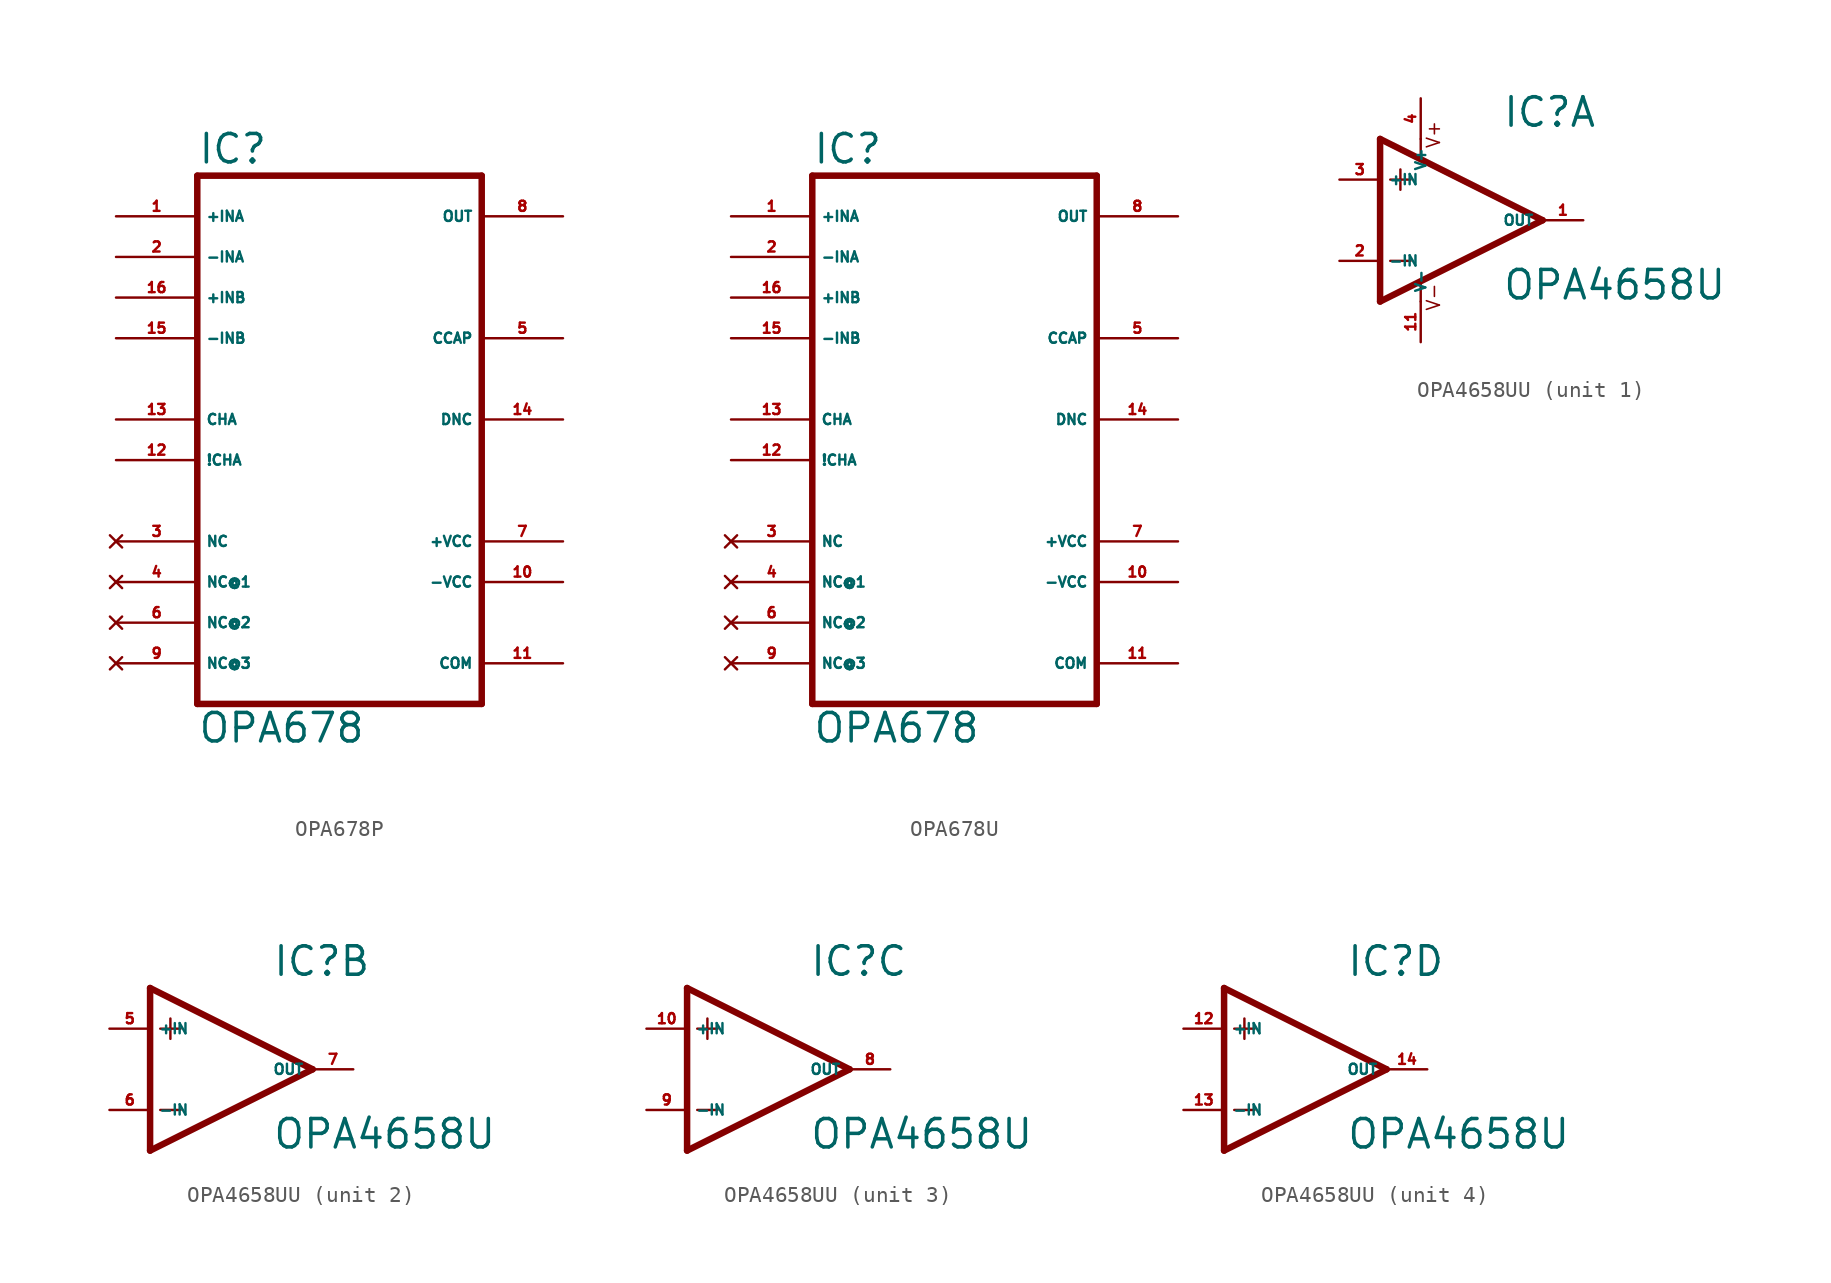
<source format=kicad_sym>
(kicad_symbol_lib
  (version 20220914)
  (generator Eagle2Kicad)
  (symbol "OPA678P"
    (property "Reference" "IC"
      (at -15.24 20.955 0)
      (effects (font (size 1.778 1.778) (thickness 0.22)) (justify left bottom)))
    (property "Value" "OPA678"
      (at -15.24 -15.24 0)
      (effects (font (size 1.778 1.778) (thickness 0.22)) (justify left bottom)))
    (polyline
      (pts (xy -15.24 -12.7) (xy 2.54 -12.7))
      (stroke (width 0.406) (type default))
      (fill (type none)))
    (polyline
      (pts (xy 2.54 -12.7) (xy 2.54 20.32))
      (stroke (width 0.406) (type default))
      (fill (type none)))
    (polyline
      (pts (xy 2.54 20.32) (xy -15.24 20.32))
      (stroke (width 0.406) (type default))
      (fill (type none)))
    (polyline
      (pts (xy -15.24 20.32) (xy -15.24 -12.7))
      (stroke (width 0.406) (type default))
      (fill (type none)))
    (pin input line
      (at -20.32 17.78 0)
      (length 5.08)
      (name "+INA" (effects (font (size 0.635 0.635) (thickness 0.08)) (justify left bottom)))
      (number "1" (effects (font (size 0.635 0.635) (thickness 0.08)) (justify left bottom))))
    (pin input line
      (at -20.32 15.24 0)
      (length 5.08)
      (name "-INA" (effects (font (size 0.635 0.635) (thickness 0.08)) (justify left bottom)))
      (number "2" (effects (font (size 0.635 0.635) (thickness 0.08)) (justify left bottom))))
    (pin input line
      (at -20.32 12.7 0)
      (length 5.08)
      (name "+INB" (effects (font (size 0.635 0.635) (thickness 0.08)) (justify left bottom)))
      (number "16" (effects (font (size 0.635 0.635) (thickness 0.08)) (justify left bottom))))
    (pin input line
      (at -20.32 10.16 0)
      (length 5.08)
      (name "-INB" (effects (font (size 0.635 0.635) (thickness 0.08)) (justify left bottom)))
      (number "15" (effects (font (size 0.635 0.635) (thickness 0.08)) (justify left bottom))))
    (pin no_connect line
      (at -20.32 -2.54 0)
      (length 5.08)
      (name "NC" (effects (font (size 0.635 0.635) (thickness 0.08)) (justify left bottom) hide))
      (number "3" (effects (font (size 0.635 0.635) (thickness 0.08)) (justify left bottom) hide)))
    (pin no_connect line
      (at -20.32 -5.08 0)
      (length 5.08)
      (name "NC@1" (effects (font (size 0.635 0.635) (thickness 0.08)) (justify left bottom) hide))
      (number "4" (effects (font (size 0.635 0.635) (thickness 0.08)) (justify left bottom) hide)))
    (pin no_connect line
      (at -20.32 -7.62 0)
      (length 5.08)
      (name "NC@2" (effects (font (size 0.635 0.635) (thickness 0.08)) (justify left bottom) hide))
      (number "6" (effects (font (size 0.635 0.635) (thickness 0.08)) (justify left bottom) hide)))
    (pin no_connect line
      (at -20.32 -10.16 0)
      (length 5.08)
      (name "NC@3" (effects (font (size 0.635 0.635) (thickness 0.08)) (justify left bottom) hide))
      (number "9" (effects (font (size 0.635 0.635) (thickness 0.08)) (justify left bottom) hide)))
    (pin input line
      (at -20.32 5.08 0)
      (length 5.08)
      (name "CHA" (effects (font (size 0.635 0.635) (thickness 0.08)) (justify left bottom)))
      (number "13" (effects (font (size 0.635 0.635) (thickness 0.08)) (justify left bottom))))
    (pin input line
      (at -20.32 2.54 0)
      (length 5.08)
      (name "!CHA" (effects (font (size 0.635 0.635) (thickness 0.08)) (justify left bottom)))
      (number "12" (effects (font (size 0.635 0.635) (thickness 0.08)) (justify left bottom))))
    (pin output line
      (at 7.62 17.78 180)
      (length 5.08)
      (name "OUT" (effects (font (size 0.635 0.635) (thickness 0.08)) (justify left bottom)))
      (number "8" (effects (font (size 0.635 0.635) (thickness 0.08)) (justify left bottom))))
    (pin unspecified line
      (at 7.62 -2.54 180)
      (length 5.08)
      (name "+VCC" (effects (font (size 0.635 0.635) (thickness 0.08)) (justify left bottom)))
      (number "7" (effects (font (size 0.635 0.635) (thickness 0.08)) (justify left bottom))))
    (pin unspecified line
      (at 7.62 -5.08 180)
      (length 5.08)
      (name "-VCC" (effects (font (size 0.635 0.635) (thickness 0.08)) (justify left bottom)))
      (number "10" (effects (font (size 0.635 0.635) (thickness 0.08)) (justify left bottom))))
    (pin passive line
      (at 7.62 10.16 180)
      (length 5.08)
      (name "CCAP" (effects (font (size 0.635 0.635) (thickness 0.08)) (justify left bottom)))
      (number "5" (effects (font (size 0.635 0.635) (thickness 0.08)) (justify left bottom))))
    (pin unspecified line
      (at 7.62 -10.16 180)
      (length 5.08)
      (name "COM" (effects (font (size 0.635 0.635) (thickness 0.08)) (justify left bottom)))
      (number "11" (effects (font (size 0.635 0.635) (thickness 0.08)) (justify left bottom))))
    (pin passive line
      (at 7.62 5.08 180)
      (length 5.08)
      (name "DNC" (effects (font (size 0.635 0.635) (thickness 0.08)) (justify left bottom)))
      (number "14" (effects (font (size 0.635 0.635) (thickness 0.08)) (justify left bottom)))))
  (symbol "OPA678U"
    (property "Reference" "IC"
      (at -15.24 20.955 0)
      (effects (font (size 1.778 1.778) (thickness 0.22)) (justify left bottom)))
    (property "Value" "OPA678"
      (at -15.24 -15.24 0)
      (effects (font (size 1.778 1.778) (thickness 0.22)) (justify left bottom)))
    (polyline
      (pts (xy -15.24 -12.7) (xy 2.54 -12.7))
      (stroke (width 0.406) (type default))
      (fill (type none)))
    (polyline
      (pts (xy 2.54 -12.7) (xy 2.54 20.32))
      (stroke (width 0.406) (type default))
      (fill (type none)))
    (polyline
      (pts (xy 2.54 20.32) (xy -15.24 20.32))
      (stroke (width 0.406) (type default))
      (fill (type none)))
    (polyline
      (pts (xy -15.24 20.32) (xy -15.24 -12.7))
      (stroke (width 0.406) (type default))
      (fill (type none)))
    (pin input line
      (at -20.32 17.78 0)
      (length 5.08)
      (name "+INA" (effects (font (size 0.635 0.635) (thickness 0.08)) (justify left bottom)))
      (number "1" (effects (font (size 0.635 0.635) (thickness 0.08)) (justify left bottom))))
    (pin input line
      (at -20.32 15.24 0)
      (length 5.08)
      (name "-INA" (effects (font (size 0.635 0.635) (thickness 0.08)) (justify left bottom)))
      (number "2" (effects (font (size 0.635 0.635) (thickness 0.08)) (justify left bottom))))
    (pin input line
      (at -20.32 12.7 0)
      (length 5.08)
      (name "+INB" (effects (font (size 0.635 0.635) (thickness 0.08)) (justify left bottom)))
      (number "16" (effects (font (size 0.635 0.635) (thickness 0.08)) (justify left bottom))))
    (pin input line
      (at -20.32 10.16 0)
      (length 5.08)
      (name "-INB" (effects (font (size 0.635 0.635) (thickness 0.08)) (justify left bottom)))
      (number "15" (effects (font (size 0.635 0.635) (thickness 0.08)) (justify left bottom))))
    (pin no_connect line
      (at -20.32 -2.54 0)
      (length 5.08)
      (name "NC" (effects (font (size 0.635 0.635) (thickness 0.08)) (justify left bottom) hide))
      (number "3" (effects (font (size 0.635 0.635) (thickness 0.08)) (justify left bottom) hide)))
    (pin no_connect line
      (at -20.32 -5.08 0)
      (length 5.08)
      (name "NC@1" (effects (font (size 0.635 0.635) (thickness 0.08)) (justify left bottom) hide))
      (number "4" (effects (font (size 0.635 0.635) (thickness 0.08)) (justify left bottom) hide)))
    (pin no_connect line
      (at -20.32 -7.62 0)
      (length 5.08)
      (name "NC@2" (effects (font (size 0.635 0.635) (thickness 0.08)) (justify left bottom) hide))
      (number "6" (effects (font (size 0.635 0.635) (thickness 0.08)) (justify left bottom) hide)))
    (pin no_connect line
      (at -20.32 -10.16 0)
      (length 5.08)
      (name "NC@3" (effects (font (size 0.635 0.635) (thickness 0.08)) (justify left bottom) hide))
      (number "9" (effects (font (size 0.635 0.635) (thickness 0.08)) (justify left bottom) hide)))
    (pin input line
      (at -20.32 5.08 0)
      (length 5.08)
      (name "CHA" (effects (font (size 0.635 0.635) (thickness 0.08)) (justify left bottom)))
      (number "13" (effects (font (size 0.635 0.635) (thickness 0.08)) (justify left bottom))))
    (pin input line
      (at -20.32 2.54 0)
      (length 5.08)
      (name "!CHA" (effects (font (size 0.635 0.635) (thickness 0.08)) (justify left bottom)))
      (number "12" (effects (font (size 0.635 0.635) (thickness 0.08)) (justify left bottom))))
    (pin output line
      (at 7.62 17.78 180)
      (length 5.08)
      (name "OUT" (effects (font (size 0.635 0.635) (thickness 0.08)) (justify left bottom)))
      (number "8" (effects (font (size 0.635 0.635) (thickness 0.08)) (justify left bottom))))
    (pin unspecified line
      (at 7.62 -2.54 180)
      (length 5.08)
      (name "+VCC" (effects (font (size 0.635 0.635) (thickness 0.08)) (justify left bottom)))
      (number "7" (effects (font (size 0.635 0.635) (thickness 0.08)) (justify left bottom))))
    (pin unspecified line
      (at 7.62 -5.08 180)
      (length 5.08)
      (name "-VCC" (effects (font (size 0.635 0.635) (thickness 0.08)) (justify left bottom)))
      (number "10" (effects (font (size 0.635 0.635) (thickness 0.08)) (justify left bottom))))
    (pin passive line
      (at 7.62 10.16 180)
      (length 5.08)
      (name "CCAP" (effects (font (size 0.635 0.635) (thickness 0.08)) (justify left bottom)))
      (number "5" (effects (font (size 0.635 0.635) (thickness 0.08)) (justify left bottom))))
    (pin unspecified line
      (at 7.62 -10.16 180)
      (length 5.08)
      (name "COM" (effects (font (size 0.635 0.635) (thickness 0.08)) (justify left bottom)))
      (number "11" (effects (font (size 0.635 0.635) (thickness 0.08)) (justify left bottom))))
    (pin passive line
      (at 7.62 5.08 180)
      (length 5.08)
      (name "DNC" (effects (font (size 0.635 0.635) (thickness 0.08)) (justify left bottom)))
      (number "14" (effects (font (size 0.635 0.635) (thickness 0.08)) (justify left bottom)))))
  (symbol "OPA4658UU"
    (property "Reference" "IC"
      (at 2.54 5.715 0)
      (effects (font (size 1.778 1.778) (thickness 0.22)) (justify left bottom)))
    (property "Value" "OPA4658U"
      (at 2.54 -5.08 0)
      (effects (font (size 1.778 1.778) (thickness 0.22)) (justify left bottom)))
    (symbol "OPA4658UU_1_0"
      (polyline (pts (xy -3.81 3.175) (xy -3.81 1.905)) (stroke (width 0.152) (type default)) (fill (type none)))
      (polyline (pts (xy -4.445 2.54) (xy -3.175 2.54)) (stroke (width 0.152) (type default)) (fill (type none)))
      (polyline (pts (xy -4.445 -2.54) (xy -3.175 -2.54)) (stroke (width 0.152) (type default)) (fill (type none)))
      (polyline (pts (xy -2.54 5.08) (xy -2.54 3.886)) (stroke (width 0.152) (type default)) (fill (type none)))
      (polyline (pts (xy -2.54 -3.912) (xy -2.54 -5.08)) (stroke (width 0.152) (type default)) (fill (type none)))
      (polyline (pts (xy 5.08 0) (xy -5.08 5.08)) (stroke (width 0.406) (type default)) (fill (type none)))
      (polyline (pts (xy -5.08 5.08) (xy -5.08 -5.08)) (stroke (width 0.406) (type default)) (fill (type none)))
      (polyline (pts (xy -5.08 -5.08) (xy 5.08 0)) (stroke (width 0.406) (type default)) (fill (type none)))
      (text "V+" (at -1.27 4.445 900) (effects (font (size 0.813 0.813) (thickness 0.10)) (justify left bottom)))
      (text "V-" (at -1.27 -5.715 900) (effects (font (size 0.813 0.813) (thickness 0.10)) (justify left bottom)))
      (pin input line (at -7.62 -2.54 0) (length 2.54) (name "-IN" (effects (font (size 0.635 0.635) (thickness 0.08)) (justify left bottom))) (number "2" (effects (font (size 0.635 0.635) (thickness 0.08)) (justify left bottom))))
      (pin input line (at -7.62 2.54 0) (length 2.54) (name "+IN" (effects (font (size 0.635 0.635) (thickness 0.08)) (justify left bottom))) (number "3" (effects (font (size 0.635 0.635) (thickness 0.08)) (justify left bottom))))
      (pin output line (at 7.62 0 180) (length 2.54) (name "OUT" (effects (font (size 0.635 0.635) (thickness 0.08)) (justify left bottom))) (number "1" (effects (font (size 0.635 0.635) (thickness 0.08)) (justify left bottom))))
      (pin unspecified line (at -2.54 7.62 270) (length 2.54) (name "V+" (effects (font (size 0.635 0.635) (thickness 0.08)) (justify left bottom))) (number "4" (effects (font (size 0.635 0.635) (thickness 0.08)) (justify left bottom))))
      (pin unspecified line (at -2.54 -7.62 90) (length 2.54) (name "V-" (effects (font (size 0.635 0.635) (thickness 0.08)) (justify left bottom))) (number "11" (effects (font (size 0.635 0.635) (thickness 0.08)) (justify left bottom)))))
    (symbol "OPA4658UU_2_0"
      (polyline (pts (xy -3.81 3.175) (xy -3.81 1.905)) (stroke (width 0.152) (type default)) (fill (type none)))
      (polyline (pts (xy -4.445 2.54) (xy -3.175 2.54)) (stroke (width 0.152) (type default)) (fill (type none)))
      (polyline (pts (xy -4.445 -2.54) (xy -3.175 -2.54)) (stroke (width 0.152) (type default)) (fill (type none)))
      (polyline (pts (xy 5.08 0) (xy -5.08 5.08)) (stroke (width 0.406) (type default)) (fill (type none)))
      (polyline (pts (xy -5.08 5.08) (xy -5.08 -5.08)) (stroke (width 0.406) (type default)) (fill (type none)))
      (polyline (pts (xy -5.08 -5.08) (xy 5.08 0)) (stroke (width 0.406) (type default)) (fill (type none)))
      (pin input line (at -7.62 -2.54 0) (length 2.54) (name "-IN" (effects (font (size 0.635 0.635) (thickness 0.08)) (justify left bottom))) (number "6" (effects (font (size 0.635 0.635) (thickness 0.08)) (justify left bottom))))
      (pin input line (at -7.62 2.54 0) (length 2.54) (name "+IN" (effects (font (size 0.635 0.635) (thickness 0.08)) (justify left bottom))) (number "5" (effects (font (size 0.635 0.635) (thickness 0.08)) (justify left bottom))))
      (pin output line (at 7.62 0 180) (length 2.54) (name "OUT" (effects (font (size 0.635 0.635) (thickness 0.08)) (justify left bottom))) (number "7" (effects (font (size 0.635 0.635) (thickness 0.08)) (justify left bottom)))))
    (symbol "OPA4658UU_3_0"
      (polyline (pts (xy -3.81 3.175) (xy -3.81 1.905)) (stroke (width 0.152) (type default)) (fill (type none)))
      (polyline (pts (xy -4.445 2.54) (xy -3.175 2.54)) (stroke (width 0.152) (type default)) (fill (type none)))
      (polyline (pts (xy -4.445 -2.54) (xy -3.175 -2.54)) (stroke (width 0.152) (type default)) (fill (type none)))
      (polyline (pts (xy 5.08 0) (xy -5.08 5.08)) (stroke (width 0.406) (type default)) (fill (type none)))
      (polyline (pts (xy -5.08 5.08) (xy -5.08 -5.08)) (stroke (width 0.406) (type default)) (fill (type none)))
      (polyline (pts (xy -5.08 -5.08) (xy 5.08 0)) (stroke (width 0.406) (type default)) (fill (type none)))
      (pin input line (at -7.62 -2.54 0) (length 2.54) (name "-IN" (effects (font (size 0.635 0.635) (thickness 0.08)) (justify left bottom))) (number "9" (effects (font (size 0.635 0.635) (thickness 0.08)) (justify left bottom))))
      (pin input line (at -7.62 2.54 0) (length 2.54) (name "+IN" (effects (font (size 0.635 0.635) (thickness 0.08)) (justify left bottom))) (number "10" (effects (font (size 0.635 0.635) (thickness 0.08)) (justify left bottom))))
      (pin output line (at 7.62 0 180) (length 2.54) (name "OUT" (effects (font (size 0.635 0.635) (thickness 0.08)) (justify left bottom))) (number "8" (effects (font (size 0.635 0.635) (thickness 0.08)) (justify left bottom)))))
    (symbol "OPA4658UU_4_0"
      (polyline (pts (xy -3.81 3.175) (xy -3.81 1.905)) (stroke (width 0.152) (type default)) (fill (type none)))
      (polyline (pts (xy -4.445 2.54) (xy -3.175 2.54)) (stroke (width 0.152) (type default)) (fill (type none)))
      (polyline (pts (xy -4.445 -2.54) (xy -3.175 -2.54)) (stroke (width 0.152) (type default)) (fill (type none)))
      (polyline (pts (xy 5.08 0) (xy -5.08 5.08)) (stroke (width 0.406) (type default)) (fill (type none)))
      (polyline (pts (xy -5.08 5.08) (xy -5.08 -5.08)) (stroke (width 0.406) (type default)) (fill (type none)))
      (polyline (pts (xy -5.08 -5.08) (xy 5.08 0)) (stroke (width 0.406) (type default)) (fill (type none)))
      (pin input line (at -7.62 -2.54 0) (length 2.54) (name "-IN" (effects (font (size 0.635 0.635) (thickness 0.08)) (justify left bottom))) (number "13" (effects (font (size 0.635 0.635) (thickness 0.08)) (justify left bottom))))
      (pin input line (at -7.62 2.54 0) (length 2.54) (name "+IN" (effects (font (size 0.635 0.635) (thickness 0.08)) (justify left bottom))) (number "12" (effects (font (size 0.635 0.635) (thickness 0.08)) (justify left bottom))))
      (pin output line (at 7.62 0 180) (length 2.54) (name "OUT" (effects (font (size 0.635 0.635) (thickness 0.08)) (justify left bottom))) (number "14" (effects (font (size 0.635 0.635) (thickness 0.08)) (justify left bottom)))))))
</source>
